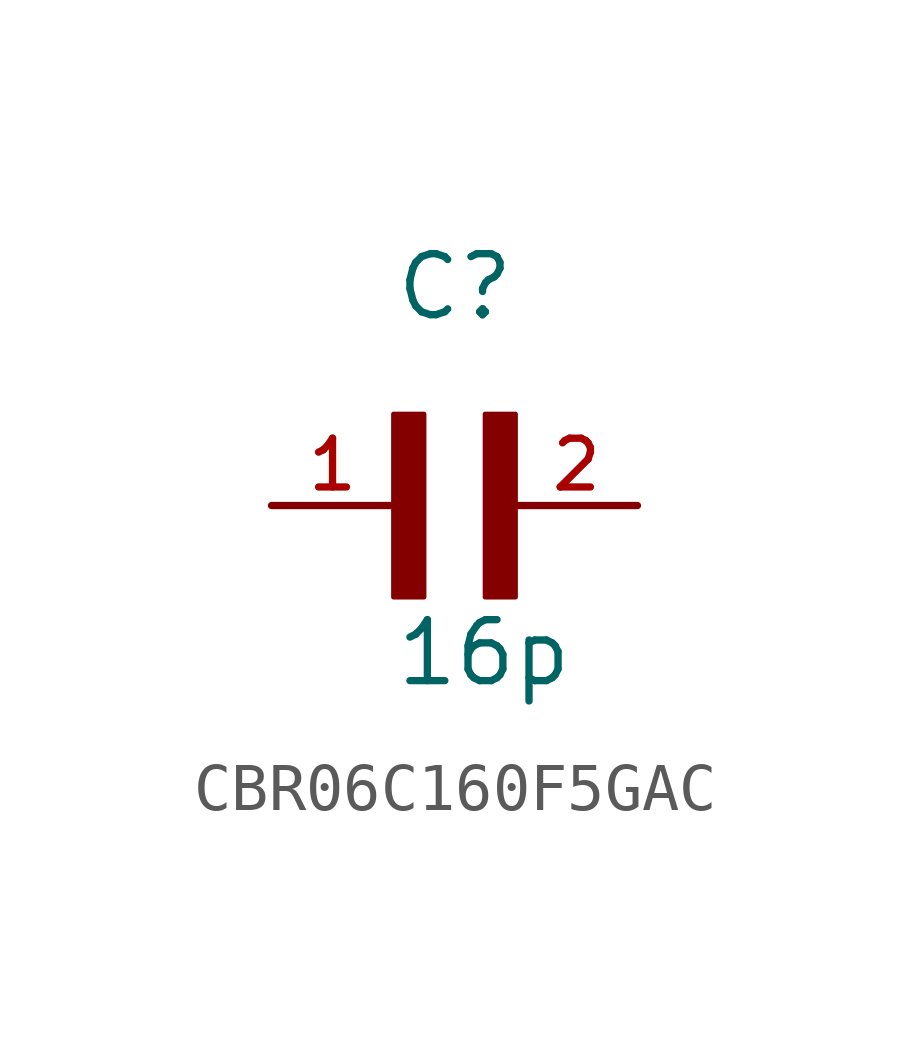
<source format=kicad_sym>
(kicad_symbol_lib
  (version 20220914)
  (generator kicad_symbol_editor)
  (symbol "CBR06C160F5GAC"
    (pin_names
      (offset 1.016))
    (property "Reference" "C"
      (at 0 3.811 0)
      (effects (font (size 1.27 1.27)) (justify left bottom)))
    (property "Value" "16p"
      (at 0 -3.81 0)
      (effects (font (size 1.27 1.27)) (justify left bottom)))
    (symbol "CBR06C160F5GAC_0_0"
      (rectangle (start 0 -1.907) (end 0.635 1.905) (stroke (width 0.1) (type default)) (fill (type outline)))
      (rectangle (start 1.907 -1.907) (end 2.54 1.905) (stroke (width 0.1) (type default)) (fill (type outline)))
      (pin passive line (at -2.54 0 0) (length 2.54) (name "~" (effects (font (size 1.016 1.016)))) (number "1" (effects (font (size 1.016 1.016)))))
      (pin passive line (at 5.08 0 180) (length 2.54) (name "~" (effects (font (size 1.016 1.016)))) (number "2" (effects (font (size 1.016 1.016))))))))
</source>
